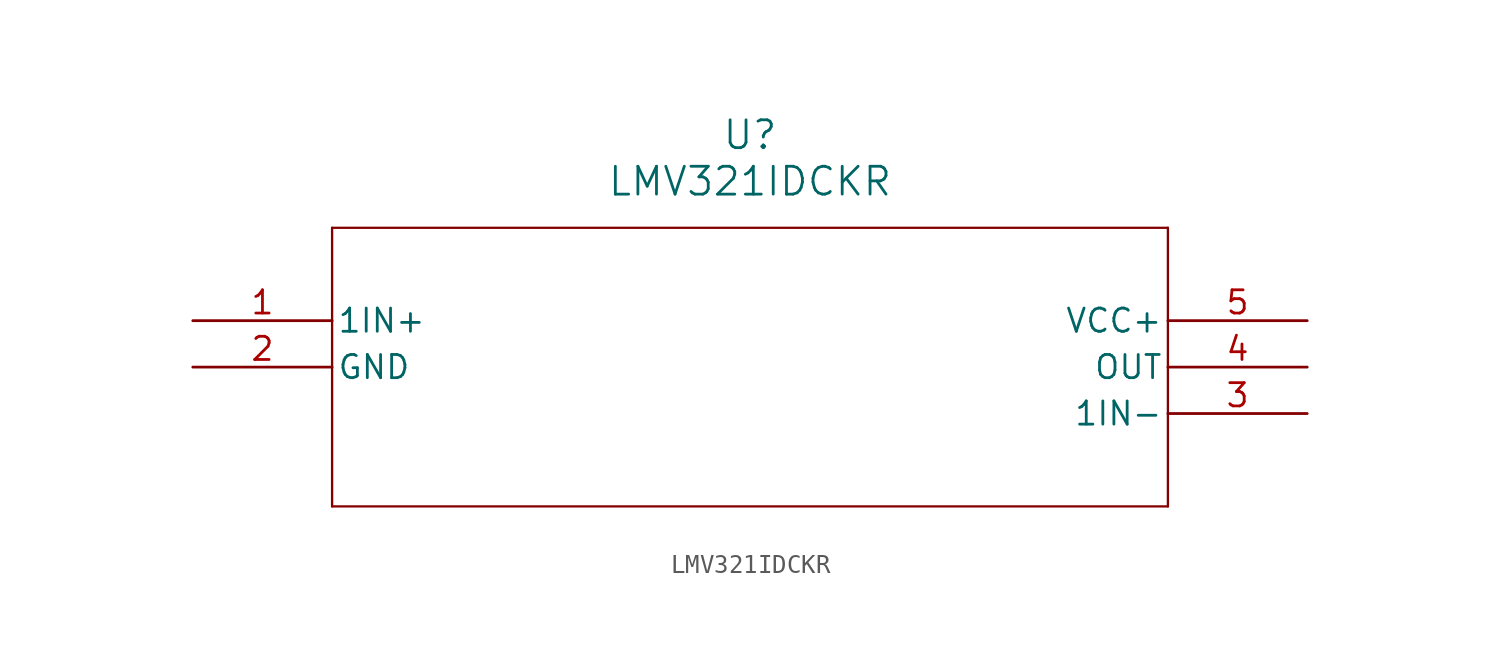
<source format=kicad_sym>
(kicad_symbol_lib
  (version 20211014)
  (generator kicad_symbol_editor)
  (symbol "LMV321IDCKR"
    (pin_names
      (offset 0.254))
    (property "Reference" "U"
      (at 30.48 10.16 0)
      (effects (font (size 1.524 1.524))))
    (property "Value" "LMV321IDCKR"
      (at 30.48 7.62 0)
      (effects (font (size 1.524 1.524))))
    (symbol "LMV321IDCKR_0_1"
      (polyline (pts (xy 7.62 5.08) (xy 7.62 -10.16)) (stroke (width 0.127) (type default) (color 0 0 0 0)) (fill (type none)))
      (polyline (pts (xy 7.62 -10.16) (xy 53.34 -10.16)) (stroke (width 0.127) (type default) (color 0 0 0 0)) (fill (type none)))
      (polyline (pts (xy 53.34 -10.16) (xy 53.34 5.08)) (stroke (width 0.127) (type default) (color 0 0 0 0)) (fill (type none)))
      (polyline (pts (xy 53.34 5.08) (xy 7.62 5.08)) (stroke (width 0.127) (type default) (color 0 0 0 0)) (fill (type none)))
      (pin input line (at 0 0 0) (length 7.62) (name "1IN+" (effects (font (size 1.27 1.27)))) (number "1" (effects (font (size 1.27 1.27)))))
      (pin power_in line (at 0 -2.54 0) (length 7.62) (name "GND" (effects (font (size 1.27 1.27)))) (number "2" (effects (font (size 1.27 1.27)))))
      (pin input line (at 60.96 -5.08 180) (length 7.62) (name "1IN-" (effects (font (size 1.27 1.27)))) (number "3" (effects (font (size 1.27 1.27)))))
      (pin output line (at 60.96 -2.54 180) (length 7.62) (name "OUT" (effects (font (size 1.27 1.27)))) (number "4" (effects (font (size 1.27 1.27)))))
      (pin power_in line (at 60.96 0 180) (length 7.62) (name "VCC+" (effects (font (size 1.27 1.27)))) (number "5" (effects (font (size 1.27 1.27))))))))
</source>
